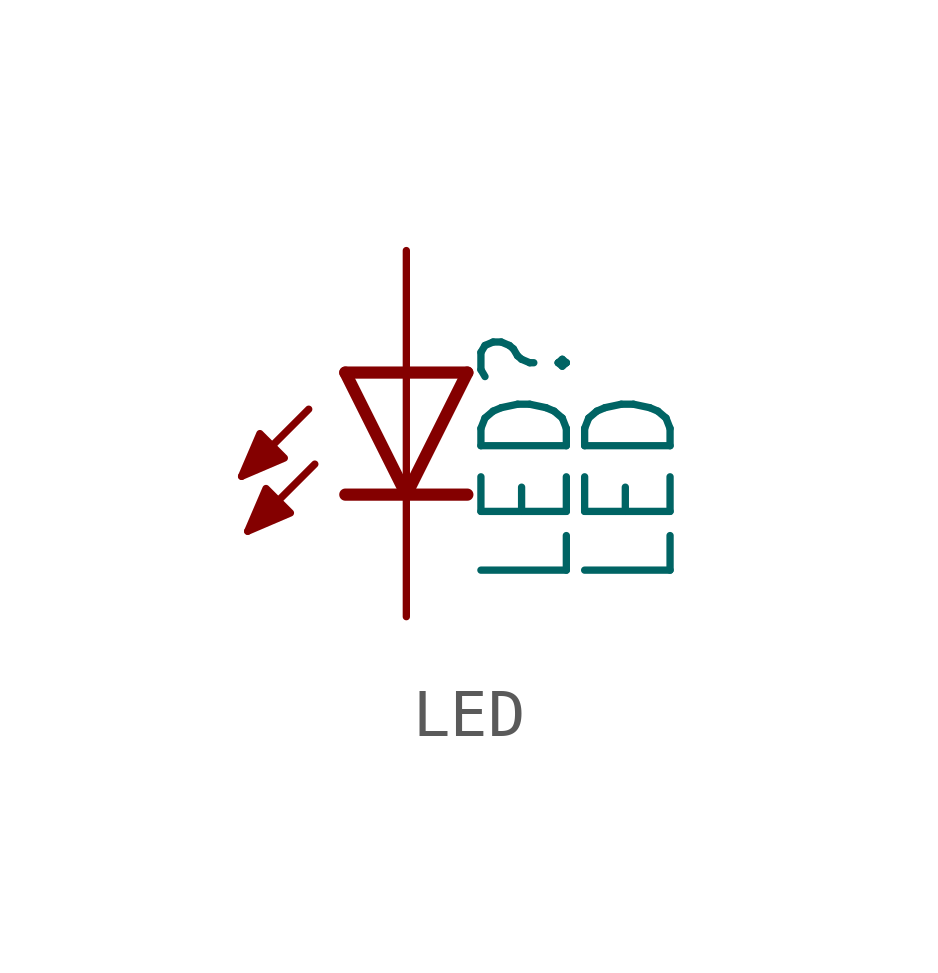
<source format=kicad_sym>
(kicad_symbol_lib
  (version 20211014)
  (generator kicad_symbol_editor)
  (symbol "LED"
    (property "Reference" "LED"
      (at 3.556 -4.572 90)
      (effects (font (size 1.778 1.511)) (justify left bottom)))
    (property "Value" "LED"
      (at 5.715 -4.572 90)
      (effects (font (size 1.778 1.511)) (justify left bottom)))
    (symbol "LED_1_0"
      (polyline (pts (xy -2.032 -0.762) (xy -3.429 -2.159)) (stroke (width 0.152) (type default) (color 0 0 0 0)) (fill (type none)))
      (polyline (pts (xy -1.905 -1.905) (xy -3.302 -3.302)) (stroke (width 0.152) (type default) (color 0 0 0 0)) (fill (type none)))
      (polyline (pts (xy 0 -2.54) (xy -1.27 -2.54)) (stroke (width 0.254) (type default) (color 0 0 0 0)) (fill (type none)))
      (polyline (pts (xy 0 -2.54) (xy -1.27 0)) (stroke (width 0.254) (type default) (color 0 0 0 0)) (fill (type none)))
      (polyline (pts (xy 0 0) (xy -1.27 0)) (stroke (width 0.254) (type default) (color 0 0 0 0)) (fill (type none)))
      (polyline (pts (xy 0 0) (xy 0 -2.54)) (stroke (width 0.152) (type default) (color 0 0 0 0)) (fill (type none)))
      (polyline (pts (xy 1.27 -2.54) (xy 0 -2.54)) (stroke (width 0.254) (type default) (color 0 0 0 0)) (fill (type none)))
      (polyline (pts (xy 1.27 0) (xy 0 -2.54)) (stroke (width 0.254) (type default) (color 0 0 0 0)) (fill (type none)))
      (polyline (pts (xy 1.27 0) (xy 0 0)) (stroke (width 0.254) (type default) (color 0 0 0 0)) (fill (type none)))
      (polyline (pts (xy -3.429 -2.159) (xy -3.048 -1.27) (xy -2.54 -1.778) (xy -3.429 -2.159)) (stroke (width 0) (type default) (color 0 0 0 0)) (fill (type outline)))
      (polyline (pts (xy -3.302 -3.302) (xy -2.921 -2.413) (xy -2.413 -2.921) (xy -3.302 -3.302)) (stroke (width 0) (type default) (color 0 0 0 0)) (fill (type outline)))
      (pin passive line (at 0 2.54 270) (length 2.54) (name "" (effects (font (size 1.27 1.27)))) (number "1" (effects (font (size 0 0)))))
      (pin passive line (at 0 -5.08 90) (length 2.54) (name "" (effects (font (size 1.27 1.27)))) (number "2" (effects (font (size 0 0))))))))
</source>
